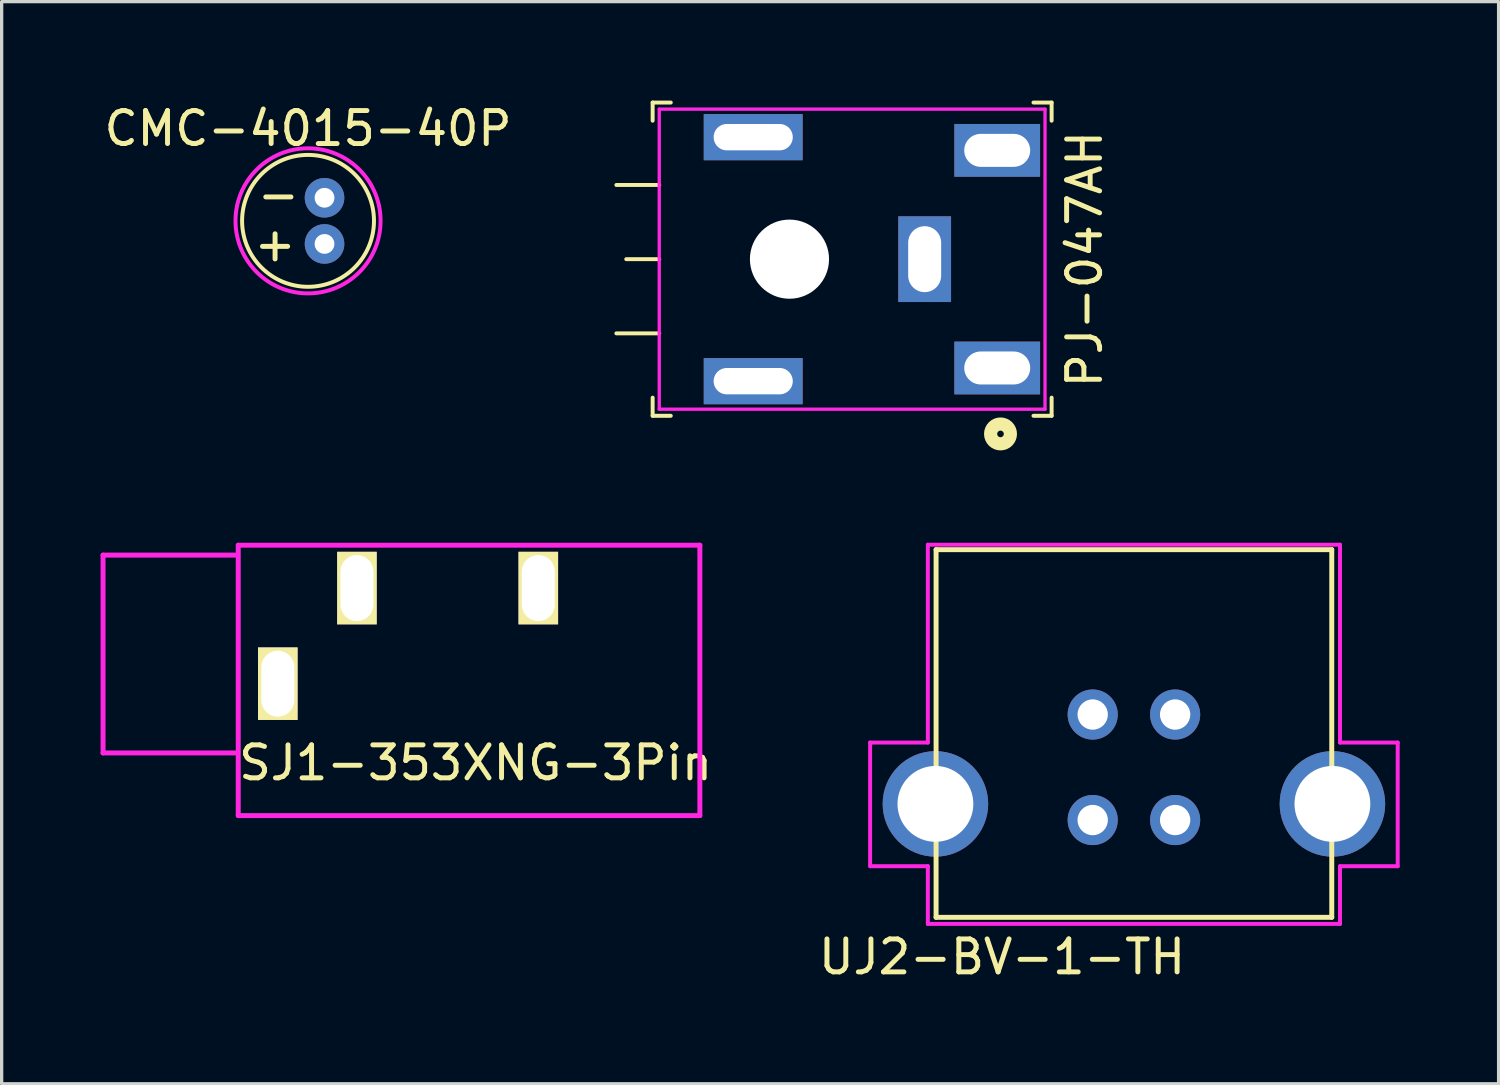
<source format=kicad_pcb>
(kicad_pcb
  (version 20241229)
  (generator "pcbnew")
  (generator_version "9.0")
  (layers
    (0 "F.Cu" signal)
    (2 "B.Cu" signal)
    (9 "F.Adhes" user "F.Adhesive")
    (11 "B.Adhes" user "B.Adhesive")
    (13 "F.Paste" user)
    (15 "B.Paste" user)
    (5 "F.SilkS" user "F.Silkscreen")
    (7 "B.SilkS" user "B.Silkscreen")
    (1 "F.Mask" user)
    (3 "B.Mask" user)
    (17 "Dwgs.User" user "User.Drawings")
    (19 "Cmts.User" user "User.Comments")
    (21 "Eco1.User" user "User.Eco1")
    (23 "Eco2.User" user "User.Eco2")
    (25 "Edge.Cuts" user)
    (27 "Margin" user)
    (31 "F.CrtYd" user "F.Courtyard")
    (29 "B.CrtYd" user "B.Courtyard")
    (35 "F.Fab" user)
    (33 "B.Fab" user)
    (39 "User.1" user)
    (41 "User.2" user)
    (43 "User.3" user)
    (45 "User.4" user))
  (footprint "CMC-4015-40P"
    (layer "F.Cu")
    (at 6.292 3.648)
    (property "Reference" "CMC-4015-40P" (at 0 -2.8 0) (layer "F.SilkS") (effects (font (size 1 1) (thickness 0.15))))
    (attr through_hole)
    (fp_circle (center 0 0) (end 2 0) (stroke (width 0.12) (type solid)) (fill no) (layer "F.SilkS"))
    (fp_circle (center 0 0) (end 2.2 0) (stroke (width 0.12) (type solid)) (fill no) (layer "F.CrtYd"))
    (fp_text user "+" (at -1 0.7 0) (layer "F.SilkS") (effects (font (size 1 1) (thickness 0.15))))
    (fp_text user "-" (at -0.9 -0.8 0) (layer "F.SilkS") (effects (font (size 1 1) (thickness 0.15))))
    (pad "1" thru_hole circle (at 0.5 0.7) (size 1.2 1.2) (drill 0.6) (layers "*.Cu" "*.Mask"))
    (pad "2" thru_hole circle (at 0.5 -0.7) (size 1.2 1.2) (drill 0.6) (layers "*.Cu" "*.Mask")))
  (footprint "SJ1-353XNG-3Pin"
    (layer "F.Cu")
    (at 11.475 16.785)
    (property "Reference" "SJ1-353XNG-3Pin" (at -0.1 3.3 0) (layer "F.SilkS") (effects (font (size 1 1) (thickness 0.15))))
    (attr through_hole)
    (fp_line (start -11.4 -3) (end -11.4 3) (stroke (width 0.15) (type solid)) (layer "F.CrtYd"))
    (fp_line (start -11.4 -3) (end -7.4 -3) (stroke (width 0.15) (type solid)) (layer "F.CrtYd"))
    (fp_line (start -11.4 3) (end -7.4 3) (stroke (width 0.15) (type solid)) (layer "F.CrtYd"))
    (fp_line (start -7.3 -3.3) (end -7.3 4.9) (stroke (width 0.15) (type solid)) (layer "F.CrtYd"))
    (fp_line (start -7.3 -3.3) (end 6.7 -3.3) (stroke (width 0.15) (type solid)) (layer "F.CrtYd"))
    (fp_line (start -7.3 4.9) (end 6.7 4.9) (stroke (width 0.15) (type solid)) (layer "F.CrtYd"))
    (fp_line (start 6.7 -3.3) (end 6.7 4.9) (stroke (width 0.15) (type solid)) (layer "F.CrtYd"))
    (pad "1" thru_hole rect (at -6.1 0.9) (size 1.2 2.2) (drill oval 1 2) (layers "*.Cu" "*.Mask" "F.SilkS"))
    (pad "2" thru_hole rect (at -3.7 -2) (size 1.2 2.2) (drill oval 1 2) (layers "*.Cu" "*.Mask" "F.SilkS"))
    (pad "3" thru_hole rect (at 1.8 -2) (size 1.2 2.2) (drill oval 1 2) (layers "*.Cu" "*.Mask" "F.SilkS")))
  (footprint "UJ2-BV-1-TH"
    (layer "F.Cu")
    (at 31.339 20.22)
    (property "Reference" "UJ2-BV-1-TH" (at -4 5.75 0) (layer "F.SilkS") (effects (font (size 1 1) (thickness 0.15))))
    (attr through_hole)
    (fp_line (start -6 -6.6) (end 6 -6.6) (stroke (width 0.15) (type solid)) (layer "F.SilkS"))
    (fp_line (start -6 4.55) (end -6 -6.6) (stroke (width 0.15) (type solid)) (layer "F.SilkS"))
    (fp_line (start 6 -6.6) (end 6 4.55) (stroke (width 0.15) (type solid)) (layer "F.SilkS"))
    (fp_line (start 6 4.55) (end -6 4.55) (stroke (width 0.15) (type solid)) (layer "F.SilkS"))
    (fp_line (start -8 -0.75) (end -6.25 -0.75) (stroke (width 0.12) (type solid)) (layer "F.CrtYd"))
    (fp_line (start -8 3) (end -8 -0.75) (stroke (width 0.12) (type solid)) (layer "F.CrtYd"))
    (fp_line (start -6.25 -6.75) (end 6.25 -6.75) (stroke (width 0.12) (type solid)) (layer "F.CrtYd"))
    (fp_line (start -6.25 -0.75) (end -6.25 -6.75) (stroke (width 0.12) (type solid)) (layer "F.CrtYd"))
    (fp_line (start -6.25 3) (end -8 3) (stroke (width 0.12) (type solid)) (layer "F.CrtYd"))
    (fp_line (start -6.25 4.75) (end -6.25 3) (stroke (width 0.12) (type solid)) (layer "F.CrtYd"))
    (fp_line (start 6.25 -6.75) (end 6.25 -0.75) (stroke (width 0.12) (type solid)) (layer "F.CrtYd"))
    (fp_line (start 6.25 -0.75) (end 8 -0.75) (stroke (width 0.12) (type solid)) (layer "F.CrtYd"))
    (fp_line (start 6.25 3) (end 6.25 4.75) (stroke (width 0.12) (type solid)) (layer "F.CrtYd"))
    (fp_line (start 6.25 4.75) (end -6.25 4.75) (stroke (width 0.12) (type solid)) (layer "F.CrtYd"))
    (fp_line (start 8 -0.75) (end 8 3) (stroke (width 0.12) (type solid)) (layer "F.CrtYd"))
    (fp_line (start 8 3) (end 6.25 3) (stroke (width 0.12) (type solid)) (layer "F.CrtYd"))
    (pad "1" thru_hole circle (at 1.25 -1.6) (size 1.52 1.52) (drill 0.92) (layers "*.Cu" "*.Mask"))
    (pad "2" thru_hole circle (at -1.25 -1.6) (size 1.52 1.52) (drill 0.92) (layers "*.Cu" "*.Mask"))
    (pad "3" thru_hole circle (at -1.25 1.6) (size 1.52 1.52) (drill 0.92) (layers "*.Cu" "*.Mask"))
    (pad "4" thru_hole circle (at 1.25 1.6) (size 1.52 1.52) (drill 0.92) (layers "*.Cu" "*.Mask"))
    (pad "5" thru_hole circle (at -6.02 1.11) (size 3.2 3.2) (drill 2.3) (layers "*.Cu" "*.Mask"))
    (pad "5" thru_hole circle (at 6.02 1.11) (size 3.2 3.2) (drill 2.3) (layers "*.Cu" "*.Mask")))
  (footprint "PJ-047AH"
    (layer "F.Cu")
    (at 22.643 4.81)
    (property "Reference" "PJ-047AH" (at 7.2 0 90) (layer "F.SilkS") (effects (font (size 1 1) (thickness 0.15))))
    (attr through_hole)
    (fp_line (start -7 -2.25) (end -5.7 -2.25) (stroke (width 0.12) (type solid)) (layer "F.SilkS"))
    (fp_line (start -7 2.25) (end -5.7 2.25) (stroke (width 0.12) (type solid)) (layer "F.SilkS"))
    (fp_line (start -6.7 0) (end -5.7 0) (stroke (width 0.12) (type solid)) (layer "F.SilkS"))
    (fp_line (start -5.9 -4.75) (end -5.9 -4.2) (stroke (width 0.12) (type solid)) (layer "F.SilkS"))
    (fp_line (start -5.9 -4.75) (end -5.35 -4.75) (stroke (width 0.12) (type solid)) (layer "F.SilkS"))
    (fp_line (start -5.9 4.75) (end -5.9 4.2) (stroke (width 0.12) (type solid)) (layer "F.SilkS"))
    (fp_line (start -5.9 4.75) (end -5.35 4.75) (stroke (width 0.12) (type solid)) (layer "F.SilkS"))
    (fp_line (start 6.2 -4.75) (end 5.65 -4.75) (stroke (width 0.12) (type solid)) (layer "F.SilkS"))
    (fp_line (start 6.2 -4.75) (end 6.2 -4.2) (stroke (width 0.12) (type solid)) (layer "F.SilkS"))
    (fp_line (start 6.2 4.75) (end 5.65 4.75) (stroke (width 0.12) (type solid)) (layer "F.SilkS"))
    (fp_line (start 6.2 4.75) (end 6.2 4.2) (stroke (width 0.12) (type solid)) (layer "F.SilkS"))
    (fp_circle (center 4.65 5.3) (end 4.75 5.3) (stroke (width 0.4) (type solid)) (fill no) (layer "F.SilkS"))
    (fp_line (start -5.7 -4.55) (end 6 -4.55) (stroke (width 0.1) (type solid)) (layer "F.CrtYd"))
    (fp_line (start -5.7 4.55) (end -5.7 -4.55) (stroke (width 0.1) (type solid)) (layer "F.CrtYd"))
    (fp_line (start 6 -4.55) (end 6 4.55) (stroke (width 0.1) (type solid)) (layer "F.CrtYd"))
    (fp_line (start 6 4.55) (end -5.7 4.55) (stroke (width 0.1) (type solid)) (layer "F.CrtYd"))
    (pad "" np_thru_hole circle (at -1.75 0 180) (size 2.4 2.4) (drill 2.4) (layers "*.Cu" "*.Mask"))
    (pad "1" thru_hole rect (at 4.55 3.3) (size 2.6 1.6) (drill oval 2 1) (layers "*.Cu" "*.Mask"))
    (pad "2" thru_hole rect (at 2.35 0 90) (size 2.6 1.6) (drill oval 2 1) (layers "*.Cu" "*.Mask"))
    (pad "3" thru_hole rect (at 4.55 -3.3 180) (size 2.6 1.6) (drill oval 2 1) (layers "*.Cu" "*.Mask"))
    (pad "4" thru_hole rect (at -2.85 -3.7 180) (size 3 1.4) (drill oval 2.4 0.8) (layers "*.Cu" "*.Mask"))
    (pad "4" thru_hole rect (at -2.85 3.7 180) (size 3 1.4) (drill oval 2.4 0.8) (layers "*.Cu" "*.Mask")))
  (gr_rect
    (start -3 -3)
    (end 42.399 29.818)
    (stroke (width 0.1) (type default))
    (fill no)
    (layer "Edge.Cuts")))
</source>
